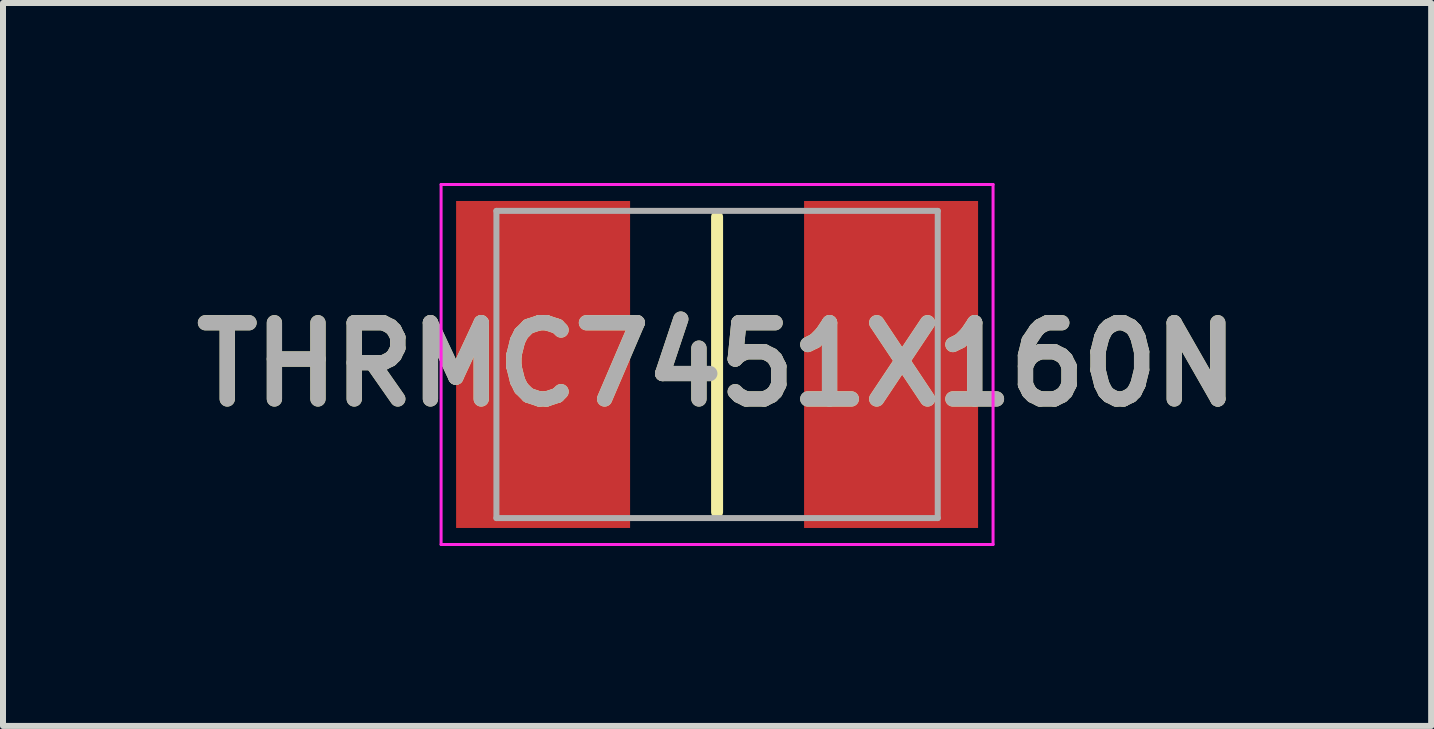
<source format=kicad_pcb>
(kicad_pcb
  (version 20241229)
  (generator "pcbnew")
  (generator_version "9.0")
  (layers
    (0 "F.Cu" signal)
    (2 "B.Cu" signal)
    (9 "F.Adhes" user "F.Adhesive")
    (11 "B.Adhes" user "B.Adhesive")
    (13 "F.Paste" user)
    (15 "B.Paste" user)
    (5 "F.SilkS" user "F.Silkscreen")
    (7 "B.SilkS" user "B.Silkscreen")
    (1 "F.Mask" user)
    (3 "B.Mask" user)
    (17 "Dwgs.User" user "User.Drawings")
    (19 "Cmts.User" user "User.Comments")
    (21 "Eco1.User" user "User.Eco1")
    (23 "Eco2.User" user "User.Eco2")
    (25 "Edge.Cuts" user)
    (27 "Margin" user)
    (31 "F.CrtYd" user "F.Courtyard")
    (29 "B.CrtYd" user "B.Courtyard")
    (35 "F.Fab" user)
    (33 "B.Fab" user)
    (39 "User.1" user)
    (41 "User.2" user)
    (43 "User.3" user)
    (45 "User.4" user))
  (footprint "THRMC7451X160N"
    (layer "F.Cu")
    (at 8.902 3.025)
    (property "Reference" "THRMC7451X160N" (at 0 0 0) (layer "F.SilkS") (effects (font (size 1.27 1.27) (thickness 0.254))))
    (attr smd)
    (fp_line (start 0 -2.46) (end 0 2.46) (stroke (width 0.2) (type solid)) (layer "F.SilkS"))
    (fp_line (start -4.6 -3) (end 4.6 -3) (stroke (width 0.05) (type solid)) (layer "F.CrtYd"))
    (fp_line (start -4.6 3) (end -4.6 -3) (stroke (width 0.05) (type solid)) (layer "F.CrtYd"))
    (fp_line (start 4.6 -3) (end 4.6 3) (stroke (width 0.05) (type solid)) (layer "F.CrtYd"))
    (fp_line (start 4.6 3) (end -4.6 3) (stroke (width 0.05) (type solid)) (layer "F.CrtYd"))
    (fp_line (start -3.678 -2.56) (end 3.678 -2.56) (stroke (width 0.1) (type solid)) (layer "F.Fab"))
    (fp_line (start -3.678 2.56) (end -3.678 -2.56) (stroke (width 0.1) (type solid)) (layer "F.Fab"))
    (fp_line (start 3.678 -2.56) (end 3.678 2.56) (stroke (width 0.1) (type solid)) (layer "F.Fab"))
    (fp_line (start 3.678 2.56) (end -3.678 2.56) (stroke (width 0.1) (type solid)) (layer "F.Fab"))
    (fp_text user "${REFERENCE}" (at 0 0 0) (layer "F.Fab") (effects (font (size 1.27 1.27) (thickness 0.254))))
    (pad "1" smd rect (at -2.9 0) (size 2.9 5.45) (layers "F.Cu" "F.Mask" "F.Paste"))
    (pad "2" smd rect (at 2.9 0) (size 2.9 5.45) (layers "F.Cu" "F.Mask" "F.Paste")))
  (gr_rect
    (start -3 -3)
    (end 20.804 9.05)
    (stroke (width 0.1) (type default))
    (fill no)
    (layer "Edge.Cuts")))
</source>
